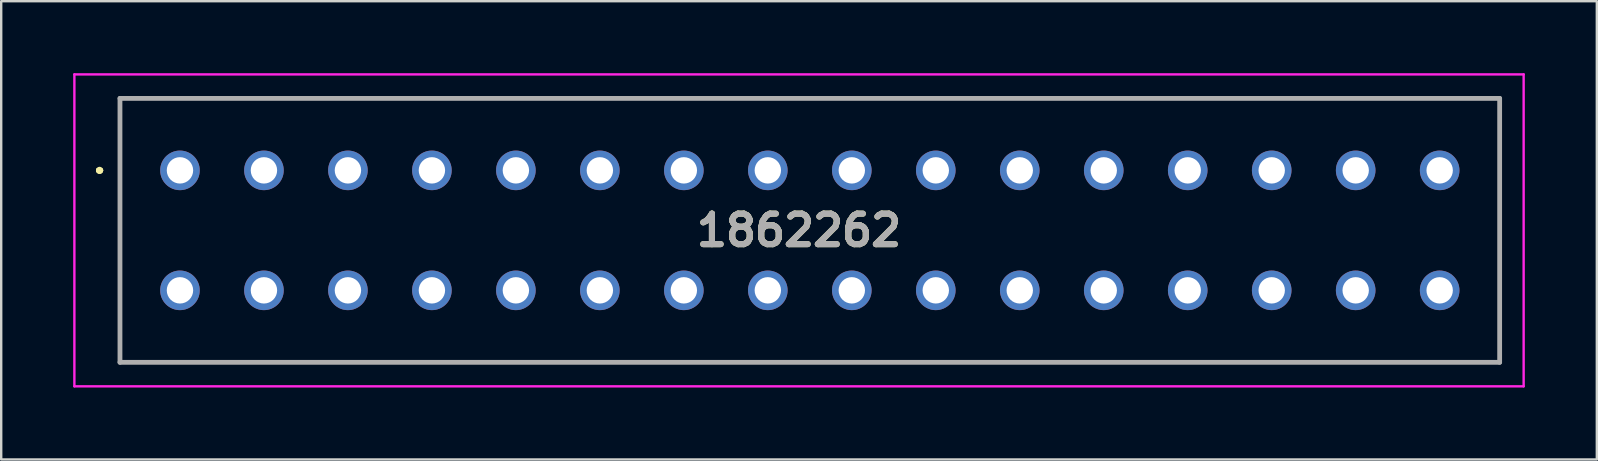
<source format=kicad_pcb>
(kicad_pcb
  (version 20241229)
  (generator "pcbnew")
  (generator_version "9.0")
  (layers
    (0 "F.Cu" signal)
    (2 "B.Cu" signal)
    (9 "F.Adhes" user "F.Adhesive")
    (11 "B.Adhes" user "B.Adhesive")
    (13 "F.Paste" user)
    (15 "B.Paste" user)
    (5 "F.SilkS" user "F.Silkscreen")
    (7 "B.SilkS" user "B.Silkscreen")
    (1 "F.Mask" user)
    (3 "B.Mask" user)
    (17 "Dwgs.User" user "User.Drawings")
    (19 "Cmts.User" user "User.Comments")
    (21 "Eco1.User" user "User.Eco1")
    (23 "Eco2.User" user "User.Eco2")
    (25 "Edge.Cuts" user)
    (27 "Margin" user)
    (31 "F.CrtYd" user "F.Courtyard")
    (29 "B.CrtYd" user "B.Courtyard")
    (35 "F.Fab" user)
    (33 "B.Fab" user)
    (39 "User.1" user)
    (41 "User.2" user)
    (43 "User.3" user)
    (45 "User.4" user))
  (footprint "1862262"
    (layer "F.Cu")
    (at 4.45 4.05)
    (property "Reference" "1862262" (at 25.8 2.5 0) (layer "F.SilkS") (effects (font (size 1.27 1.27) (thickness 0.254))))
    (attr through_hole)
    (fp_line (start -3.4 0) (end -3.4 0) (stroke (width 0.2) (type solid)) (layer "F.SilkS"))
    (fp_line (start -3.4 0) (end -3.4 0) (stroke (width 0.2) (type solid)) (layer "F.SilkS"))
    (fp_line (start -3.3 0) (end -3.3 0) (stroke (width 0.2) (type solid)) (layer "F.SilkS"))
    (fp_line (start -2.5 -3) (end 55 -3) (stroke (width 0.1) (type solid)) (layer "F.SilkS"))
    (fp_line (start -2.5 8) (end -2.5 -3) (stroke (width 0.1) (type solid)) (layer "F.SilkS"))
    (fp_line (start 55 -3) (end 55 8) (stroke (width 0.1) (type solid)) (layer "F.SilkS"))
    (fp_line (start 55 8) (end -2.5 8) (stroke (width 0.1) (type solid)) (layer "F.SilkS"))
    (fp_arc (start -3.4 0) (mid -3.35 -0.05) (end -3.3 0) (stroke (width 0.2) (type solid)) (layer "F.SilkS"))
    (fp_arc (start -3.3 0) (mid -3.35 0.05) (end -3.4 0) (stroke (width 0.2) (type solid)) (layer "F.SilkS"))
    (fp_arc (start -3.3 0) (mid -3.35 0.05) (end -3.4 0) (stroke (width 0.2) (type solid)) (layer "F.SilkS"))
    (fp_line (start -4.4 -4) (end 56 -4) (stroke (width 0.1) (type solid)) (layer "F.CrtYd"))
    (fp_line (start -4.4 9) (end -4.4 -4) (stroke (width 0.1) (type solid)) (layer "F.CrtYd"))
    (fp_line (start 56 -4) (end 56 9) (stroke (width 0.1) (type solid)) (layer "F.CrtYd"))
    (fp_line (start 56 9) (end -4.4 9) (stroke (width 0.1) (type solid)) (layer "F.CrtYd"))
    (fp_line (start -2.5 -3) (end -2.5 8) (stroke (width 0.2) (type solid)) (layer "F.Fab"))
    (fp_line (start -2.5 8) (end 55 8) (stroke (width 0.2) (type solid)) (layer "F.Fab"))
    (fp_line (start 55 -3) (end -2.5 -3) (stroke (width 0.2) (type solid)) (layer "F.Fab"))
    (fp_line (start 55 8) (end 55 -3) (stroke (width 0.2) (type solid)) (layer "F.Fab"))
    (fp_text user "${REFERENCE}" (at 25.8 2.5 0) (layer "F.Fab") (effects (font (size 1.27 1.27) (thickness 0.254))))
    (pad "1" thru_hole circle (at 0 0) (size 1.65 1.65) (drill 1.1) (layers "*.Cu" "*.Mask"))
    (pad "2" thru_hole circle (at 3.5 0) (size 1.65 1.65) (drill 1.1) (layers "*.Cu" "*.Mask"))
    (pad "3" thru_hole circle (at 7 0) (size 1.65 1.65) (drill 1.1) (layers "*.Cu" "*.Mask"))
    (pad "4" thru_hole circle (at 10.5 0) (size 1.65 1.65) (drill 1.1) (layers "*.Cu" "*.Mask"))
    (pad "5" thru_hole circle (at 14 0) (size 1.65 1.65) (drill 1.1) (layers "*.Cu" "*.Mask"))
    (pad "6" thru_hole circle (at 17.5 0) (size 1.65 1.65) (drill 1.1) (layers "*.Cu" "*.Mask"))
    (pad "7" thru_hole circle (at 21 0) (size 1.65 1.65) (drill 1.1) (layers "*.Cu" "*.Mask"))
    (pad "8" thru_hole circle (at 24.5 0) (size 1.65 1.65) (drill 1.1) (layers "*.Cu" "*.Mask"))
    (pad "9" thru_hole circle (at 28 0) (size 1.65 1.65) (drill 1.1) (layers "*.Cu" "*.Mask"))
    (pad "10" thru_hole circle (at 31.5 0) (size 1.65 1.65) (drill 1.1) (layers "*.Cu" "*.Mask"))
    (pad "11" thru_hole circle (at 35 0) (size 1.65 1.65) (drill 1.1) (layers "*.Cu" "*.Mask"))
    (pad "12" thru_hole circle (at 38.5 0) (size 1.65 1.65) (drill 1.1) (layers "*.Cu" "*.Mask"))
    (pad "13" thru_hole circle (at 42 0) (size 1.65 1.65) (drill 1.1) (layers "*.Cu" "*.Mask"))
    (pad "14" thru_hole circle (at 45.5 0) (size 1.65 1.65) (drill 1.1) (layers "*.Cu" "*.Mask"))
    (pad "15" thru_hole circle (at 49 0) (size 1.65 1.65) (drill 1.1) (layers "*.Cu" "*.Mask"))
    (pad "16" thru_hole circle (at 52.5 0) (size 1.65 1.65) (drill 1.1) (layers "*.Cu" "*.Mask"))
    (pad "17" thru_hole circle (at 52.5 5) (size 1.65 1.65) (drill 1.1) (layers "*.Cu" "*.Mask"))
    (pad "18" thru_hole circle (at 49 5) (size 1.65 1.65) (drill 1.1) (layers "*.Cu" "*.Mask"))
    (pad "19" thru_hole circle (at 45.5 5) (size 1.65 1.65) (drill 1.1) (layers "*.Cu" "*.Mask"))
    (pad "20" thru_hole circle (at 42 5) (size 1.65 1.65) (drill 1.1) (layers "*.Cu" "*.Mask"))
    (pad "21" thru_hole circle (at 38.5 5) (size 1.65 1.65) (drill 1.1) (layers "*.Cu" "*.Mask"))
    (pad "22" thru_hole circle (at 35 5) (size 1.65 1.65) (drill 1.1) (layers "*.Cu" "*.Mask"))
    (pad "23" thru_hole circle (at 31.5 5) (size 1.65 1.65) (drill 1.1) (layers "*.Cu" "*.Mask"))
    (pad "24" thru_hole circle (at 28 5) (size 1.65 1.65) (drill 1.1) (layers "*.Cu" "*.Mask"))
    (pad "25" thru_hole circle (at 24.5 5) (size 1.65 1.65) (drill 1.1) (layers "*.Cu" "*.Mask"))
    (pad "26" thru_hole circle (at 21 5) (size 1.65 1.65) (drill 1.1) (layers "*.Cu" "*.Mask"))
    (pad "27" thru_hole circle (at 17.5 5) (size 1.65 1.65) (drill 1.1) (layers "*.Cu" "*.Mask"))
    (pad "28" thru_hole circle (at 14 5) (size 1.65 1.65) (drill 1.1) (layers "*.Cu" "*.Mask"))
    (pad "29" thru_hole circle (at 10.5 5) (size 1.65 1.65) (drill 1.1) (layers "*.Cu" "*.Mask"))
    (pad "30" thru_hole circle (at 7 5) (size 1.65 1.65) (drill 1.1) (layers "*.Cu" "*.Mask"))
    (pad "31" thru_hole circle (at 3.5 5) (size 1.65 1.65) (drill 1.1) (layers "*.Cu" "*.Mask"))
    (pad "32" thru_hole circle (at 0 5) (size 1.65 1.65) (drill 1.1) (layers "*.Cu" "*.Mask")))
  (gr_rect
    (start -3 -3)
    (end 63.5 16.1)
    (stroke (width 0.1) (type default))
    (fill no)
    (layer "Edge.Cuts")))
</source>
